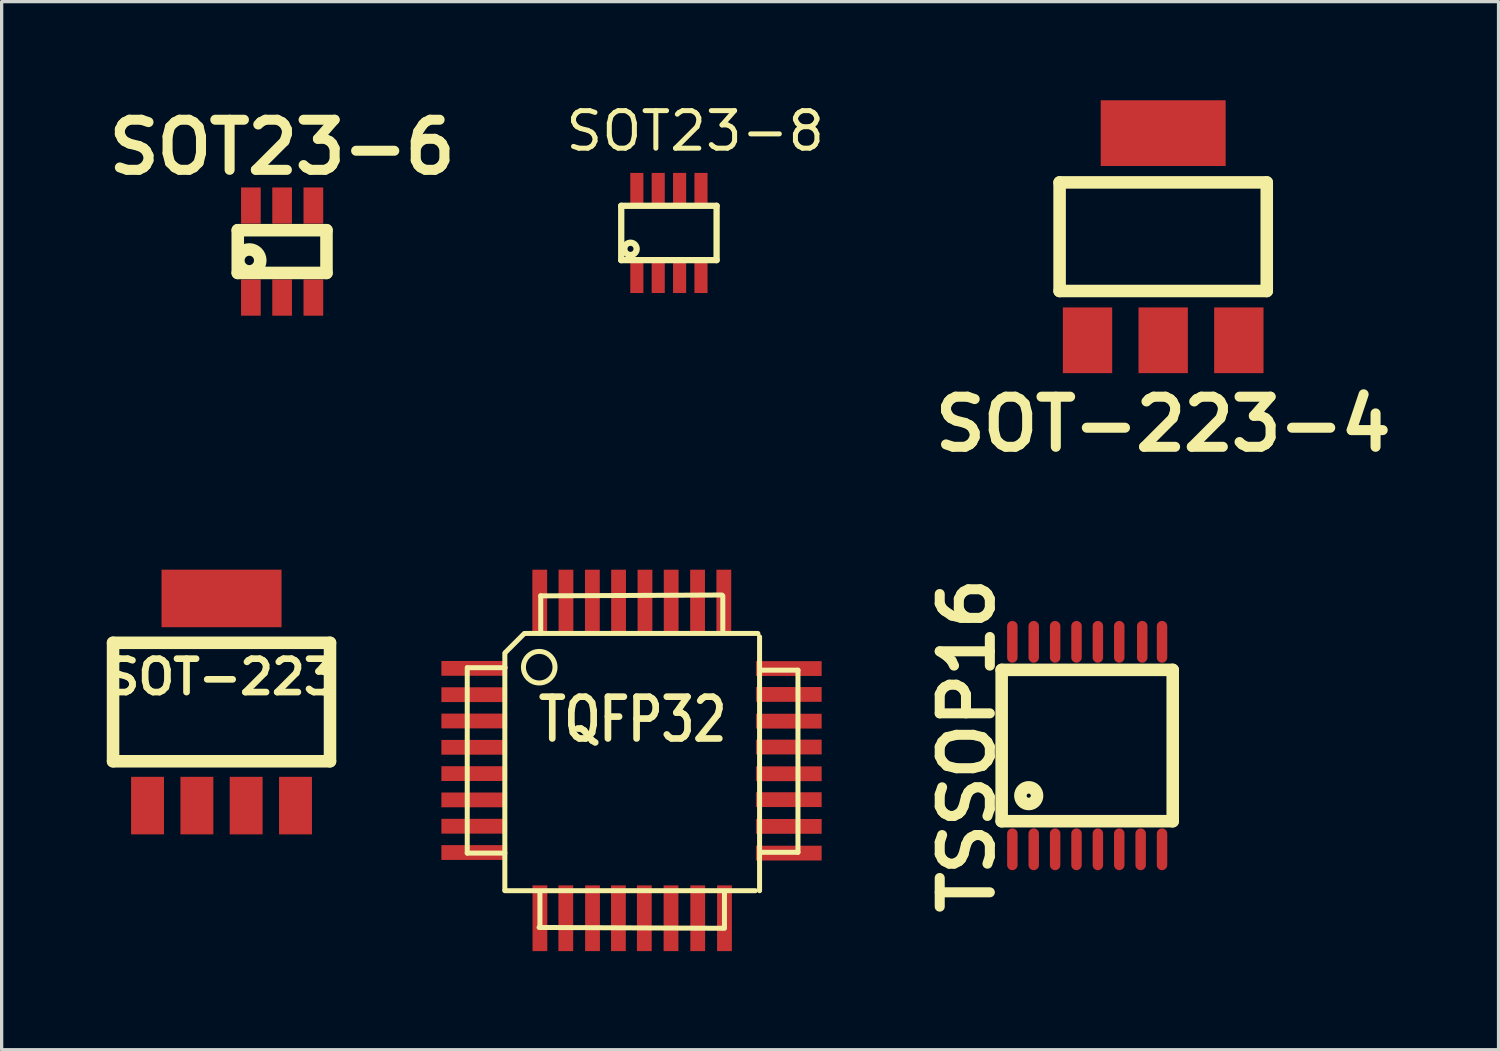
<source format=kicad_pcb>
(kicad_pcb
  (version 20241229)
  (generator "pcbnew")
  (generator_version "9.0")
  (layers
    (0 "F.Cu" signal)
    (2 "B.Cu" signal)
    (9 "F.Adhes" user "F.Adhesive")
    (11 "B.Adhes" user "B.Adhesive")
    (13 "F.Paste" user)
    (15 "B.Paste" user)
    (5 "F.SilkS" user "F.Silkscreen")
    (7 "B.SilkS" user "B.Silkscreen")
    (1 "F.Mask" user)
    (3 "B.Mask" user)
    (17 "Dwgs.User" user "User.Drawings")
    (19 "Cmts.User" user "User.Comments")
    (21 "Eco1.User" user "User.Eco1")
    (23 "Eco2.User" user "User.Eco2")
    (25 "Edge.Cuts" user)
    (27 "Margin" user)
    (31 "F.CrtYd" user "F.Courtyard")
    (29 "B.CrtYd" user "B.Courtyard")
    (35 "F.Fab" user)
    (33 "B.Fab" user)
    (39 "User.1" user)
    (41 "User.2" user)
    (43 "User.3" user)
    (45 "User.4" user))
  (footprint "SOT23-8"
    (layer "F.Cu")
    (at 17.293 4.035)
    (property "Reference" "SOT23-8" (at 0.8 -3.099 0) (layer "F.SilkS") (effects (font (size 1.143 1.143) (thickness 0.152))))
    (attr smd)
    (fp_line (start -1.45 -0.826) (end 1.45 -0.826) (stroke (width 0.191) (type solid)) (layer "F.SilkS"))
    (fp_line (start -1.45 0.826) (end -1.45 -0.826) (stroke (width 0.191) (type solid)) (layer "F.SilkS"))
    (fp_line (start 1.45 -0.826) (end 1.45 0.826) (stroke (width 0.191) (type solid)) (layer "F.SilkS"))
    (fp_line (start 1.45 0.826) (end -1.45 0.826) (stroke (width 0.191) (type solid)) (layer "F.SilkS"))
    (fp_circle (center -1.168 0.483) (end -1.092 0.432) (stroke (width 0.191) (type solid)) (fill no) (layer "F.SilkS"))
    (pad "1" smd rect (at -0.975 1.326) (size 0.399 1.001) (layers "F.Cu" "F.Mask" "F.Paste"))
    (pad "2" smd rect (at -0.325 1.326) (size 0.399 1.001) (layers "F.Cu" "F.Mask" "F.Paste"))
    (pad "3" smd rect (at 0.325 1.326) (size 0.399 1.001) (layers "F.Cu" "F.Mask" "F.Paste"))
    (pad "4" smd rect (at 0.975 1.326) (size 0.399 1.001) (layers "F.Cu" "F.Mask" "F.Paste"))
    (pad "5" smd rect (at 0.975 -1.326) (size 0.399 1.001) (layers "F.Cu" "F.Mask" "F.Paste"))
    (pad "6" smd rect (at 0.325 -1.326) (size 0.399 1.001) (layers "F.Cu" "F.Mask" "F.Paste"))
    (pad "7" smd rect (at -0.325 -1.326) (size 0.399 1.001) (layers "F.Cu" "F.Mask" "F.Paste"))
    (pad "8" smd rect (at -0.975 -1.326) (size 0.399 1.001) (layers "F.Cu" "F.Mask" "F.Paste")))
  (footprint "TQFP32"
    (layer "F.Cu")
    (at 16.189 20.101)
    (property "Reference" "TQFP32" (at 0 -1.27 0) (layer "F.SilkS") (effects (font (size 1.27 1.016) (thickness 0.203))))
    (attr through_hole)
    (fp_line (start -5.029 -2.845) (end -5.029 2.794) (stroke (width 0.152) (type solid)) (layer "F.SilkS"))
    (fp_line (start -5.029 2.794) (end -3.886 2.794) (stroke (width 0.152) (type solid)) (layer "F.SilkS"))
    (fp_line (start -5.024 -2.845) (end -3.876 -2.845) (stroke (width 0.152) (type solid)) (layer "F.SilkS"))
    (fp_line (start -3.886 -3.277) (end -3.886 3.912) (stroke (width 0.152) (type solid)) (layer "F.SilkS"))
    (fp_line (start -3.886 3.937) (end 3.734 3.937) (stroke (width 0.152) (type solid)) (layer "F.SilkS"))
    (fp_line (start -3.876 -3.302) (end -3.292 -3.886) (stroke (width 0.152) (type solid)) (layer "F.SilkS"))
    (fp_line (start -3.251 -3.886) (end 3.81 -3.886) (stroke (width 0.152) (type solid)) (layer "F.SilkS"))
    (fp_line (start -2.845 5.055) (end 2.794 5.08) (stroke (width 0.152) (type solid)) (layer "F.SilkS"))
    (fp_line (start -2.819 3.988) (end -2.819 5.055) (stroke (width 0.152) (type solid)) (layer "F.SilkS"))
    (fp_line (start -2.794 -5.029) (end 2.718 -5.055) (stroke (width 0.152) (type solid)) (layer "F.SilkS"))
    (fp_line (start -2.794 -3.886) (end -2.794 -5.034) (stroke (width 0.152) (type solid)) (layer "F.SilkS"))
    (fp_line (start 2.743 -5.029) (end 2.743 -3.988) (stroke (width 0.152) (type solid)) (layer "F.SilkS"))
    (fp_line (start 2.794 3.962) (end 2.794 5.055) (stroke (width 0.152) (type solid)) (layer "F.SilkS"))
    (fp_line (start 3.861 3.937) (end 3.861 -3.785) (stroke (width 0.152) (type solid)) (layer "F.SilkS"))
    (fp_line (start 5.029 -2.769) (end 3.912 -2.769) (stroke (width 0.152) (type solid)) (layer "F.SilkS"))
    (fp_line (start 5.029 2.769) (end 3.886 2.769) (stroke (width 0.152) (type solid)) (layer "F.SilkS"))
    (fp_line (start 5.029 2.769) (end 5.029 -2.769) (stroke (width 0.152) (type solid)) (layer "F.SilkS"))
    (fp_circle (center -2.84 -2.86) (end -2.433 -2.606) (stroke (width 0.152) (type solid)) (fill no) (layer "F.SilkS"))
    (pad "1" smd rect (at -4.816 -2.824) (size 1.999 0.45) (layers "F.Cu" "F.Mask" "F.Paste"))
    (pad "2" smd rect (at -4.816 -2.024) (size 1.999 0.45) (layers "F.Cu" "F.Mask" "F.Paste"))
    (pad "3" smd rect (at -4.816 -1.224) (size 1.999 0.45) (layers "F.Cu" "F.Mask" "F.Paste"))
    (pad "4" smd rect (at -4.816 -0.424) (size 1.999 0.45) (layers "F.Cu" "F.Mask" "F.Paste"))
    (pad "5" smd rect (at -4.816 0.376) (size 1.999 0.45) (layers "F.Cu" "F.Mask" "F.Paste"))
    (pad "6" smd rect (at -4.816 1.176) (size 1.999 0.45) (layers "F.Cu" "F.Mask" "F.Paste"))
    (pad "7" smd rect (at -4.816 1.976) (size 1.999 0.45) (layers "F.Cu" "F.Mask" "F.Paste"))
    (pad "8" smd rect (at -4.816 2.776) (size 1.999 0.45) (layers "F.Cu" "F.Mask" "F.Paste"))
    (pad "9" smd rect (at -2.819 4.775) (size 0.45 1.999) (layers "F.Cu" "F.Mask" "F.Paste"))
    (pad "10" smd rect (at -2.032 4.775) (size 0.45 1.999) (layers "F.Cu" "F.Mask" "F.Paste"))
    (pad "11" smd rect (at -1.219 4.775) (size 0.45 1.999) (layers "F.Cu" "F.Mask" "F.Paste"))
    (pad "12" smd rect (at -0.432 4.775) (size 0.45 1.999) (layers "F.Cu" "F.Mask" "F.Paste"))
    (pad "13" smd rect (at 0.356 4.775) (size 0.45 1.999) (layers "F.Cu" "F.Mask" "F.Paste"))
    (pad "14" smd rect (at 1.168 4.775) (size 0.45 1.999) (layers "F.Cu" "F.Mask" "F.Paste"))
    (pad "15" smd rect (at 1.981 4.775) (size 0.45 1.999) (layers "F.Cu" "F.Mask" "F.Paste"))
    (pad "16" smd rect (at 2.794 4.775) (size 0.45 1.999) (layers "F.Cu" "F.Mask" "F.Paste"))
    (pad "17" smd rect (at 4.75 2.794) (size 1.999 0.45) (layers "F.Cu" "F.Mask" "F.Paste"))
    (pad "18" smd rect (at 4.75 1.981) (size 1.999 0.45) (layers "F.Cu" "F.Mask" "F.Paste"))
    (pad "19" smd rect (at 4.75 1.168) (size 1.999 0.45) (layers "F.Cu" "F.Mask" "F.Paste"))
    (pad "20" smd rect (at 4.75 0.381) (size 1.999 0.45) (layers "F.Cu" "F.Mask" "F.Paste"))
    (pad "21" smd rect (at 4.75 -0.432) (size 1.999 0.45) (layers "F.Cu" "F.Mask" "F.Paste"))
    (pad "22" smd rect (at 4.75 -1.219) (size 1.999 0.45) (layers "F.Cu" "F.Mask" "F.Paste"))
    (pad "23" smd rect (at 4.75 -2.032) (size 1.999 0.45) (layers "F.Cu" "F.Mask" "F.Paste"))
    (pad "24" smd rect (at 4.75 -2.819) (size 1.999 0.45) (layers "F.Cu" "F.Mask" "F.Paste"))
    (pad "25" smd rect (at 2.774 -4.826) (size 0.45 1.999) (layers "F.Cu" "F.Mask" "F.Paste"))
    (pad "26" smd rect (at 1.976 -4.826) (size 0.45 1.999) (layers "F.Cu" "F.Mask" "F.Paste"))
    (pad "27" smd rect (at 1.173 -4.826) (size 0.45 1.999) (layers "F.Cu" "F.Mask" "F.Paste"))
    (pad "28" smd rect (at 0.376 -4.826) (size 0.45 1.999) (layers "F.Cu" "F.Mask" "F.Paste"))
    (pad "29" smd rect (at -0.427 -4.826) (size 0.45 1.999) (layers "F.Cu" "F.Mask" "F.Paste"))
    (pad "30" smd rect (at -1.224 -4.826) (size 0.45 1.999) (layers "F.Cu" "F.Mask" "F.Paste"))
    (pad "31" smd rect (at -2.027 -4.826) (size 0.45 1.999) (layers "F.Cu" "F.Mask" "F.Paste"))
    (pad "32" smd rect (at -2.824 -4.826) (size 0.45 1.999) (layers "F.Cu" "F.Mask" "F.Paste")))
  (footprint "TSSOP16"
    (layer "F.Cu")
    (at 30.014 19.624)
    (property "Reference" "TSSOP16" (at -3.65 0 90) (layer "F.SilkS") (effects (font (size 1.524 1.524) (thickness 0.305))))
    (attr through_hole)
    (fp_line (start -2.601 -2.301) (end 2.601 -2.301) (stroke (width 0.381) (type solid)) (layer "F.SilkS"))
    (fp_line (start -2.601 2.301) (end -2.601 -2.301) (stroke (width 0.381) (type solid)) (layer "F.SilkS"))
    (fp_line (start 2.601 -2.301) (end 2.601 2.301) (stroke (width 0.381) (type solid)) (layer "F.SilkS"))
    (fp_line (start 2.601 2.301) (end -2.601 2.301) (stroke (width 0.381) (type solid)) (layer "F.SilkS"))
    (fp_circle (center -1.778 1.524) (end -1.524 1.524) (stroke (width 0.381) (type solid)) (fill no) (layer "F.SilkS"))
    (pad "1" smd oval (at -2.276 3.155) (size 0.318 1.27) (layers "F.Cu" "F.Mask" "F.Paste"))
    (pad "2" smd oval (at -1.626 3.155) (size 0.318 1.27) (layers "F.Cu" "F.Mask" "F.Paste"))
    (pad "3" smd oval (at -0.975 3.155) (size 0.318 1.27) (layers "F.Cu" "F.Mask" "F.Paste"))
    (pad "4" smd oval (at -0.325 3.155) (size 0.318 1.27) (layers "F.Cu" "F.Mask" "F.Paste"))
    (pad "5" smd oval (at 0.325 3.155) (size 0.318 1.27) (layers "F.Cu" "F.Mask" "F.Paste"))
    (pad "6" smd oval (at 0.975 3.155) (size 0.318 1.27) (layers "F.Cu" "F.Mask" "F.Paste"))
    (pad "7" smd oval (at 1.626 3.155) (size 0.318 1.27) (layers "F.Cu" "F.Mask" "F.Paste"))
    (pad "8" smd oval (at 2.276 3.155) (size 0.318 1.27) (layers "F.Cu" "F.Mask" "F.Paste"))
    (pad "9" smd oval (at 2.276 -3.155) (size 0.318 1.27) (layers "F.Cu" "F.Mask" "F.Paste"))
    (pad "10" smd oval (at 1.674 -3.155) (size 0.318 1.27) (layers "F.Cu" "F.Mask" "F.Paste"))
    (pad "11" smd oval (at 0.975 -3.155) (size 0.318 1.27) (layers "F.Cu" "F.Mask" "F.Paste"))
    (pad "12" smd oval (at 0.325 -3.155) (size 0.318 1.27) (layers "F.Cu" "F.Mask" "F.Paste"))
    (pad "13" smd oval (at -0.325 -3.155) (size 0.318 1.27) (layers "F.Cu" "F.Mask" "F.Paste"))
    (pad "14" smd oval (at -0.975 -3.155) (size 0.318 1.27) (layers "F.Cu" "F.Mask" "F.Paste"))
    (pad "15" smd oval (at -1.626 -3.155) (size 0.318 1.27) (layers "F.Cu" "F.Mask" "F.Paste"))
    (pad "16" smd oval (at -2.276 -3.155) (size 0.318 1.27) (layers "F.Cu" "F.Mask" "F.Paste")))
  (footprint "SOT-223"
    (layer "F.Cu")
    (at 3.687 18.3)
    (property "Reference" "SOT-223" (at 0 -0.762 0) (layer "F.SilkS") (effects (font (size 1.016 1.016) (thickness 0.203))))
    (attr smd)
    (fp_line (start -3.299 -1.801) (end 3.299 -1.801) (stroke (width 0.381) (type solid)) (layer "F.SilkS"))
    (fp_line (start -3.299 1.801) (end -3.299 -1.801) (stroke (width 0.381) (type solid)) (layer "F.SilkS"))
    (fp_line (start 3.299 -1.801) (end 3.299 1.801) (stroke (width 0.381) (type solid)) (layer "F.SilkS"))
    (fp_line (start 3.299 1.801) (end -3.299 1.801) (stroke (width 0.381) (type solid)) (layer "F.SilkS"))
    (pad "1" smd rect (at -2.25 3.15) (size 1.001 1.75) (layers "F.Cu" "F.Mask" "F.Paste"))
    (pad "2" smd rect (at -0.749 3.15) (size 1.001 1.75) (layers "F.Cu" "F.Mask" "F.Paste"))
    (pad "3" smd rect (at 0.749 3.15) (size 1.001 1.75) (layers "F.Cu" "F.Mask" "F.Paste"))
    (pad "4" smd rect (at 2.25 3.15) (size 1.001 1.75) (layers "F.Cu" "F.Mask" "F.Paste"))
    (pad "5" smd rect (at 0 -3.15) (size 3.65 1.75) (layers "F.Cu" "F.Mask" "F.Paste")))
  (footprint "SOT-223-4"
    (layer "F.Cu")
    (at 32.325 4.149)
    (property "Reference" "SOT-223-4" (at 0 5.7 0) (layer "F.SilkS") (effects (font (size 1.524 1.524) (thickness 0.305))))
    (attr through_hole)
    (fp_line (start -3.15 -1.651) (end 3.15 -1.651) (stroke (width 0.381) (type solid)) (layer "F.SilkS"))
    (fp_line (start -3.15 1.651) (end -3.15 -1.651) (stroke (width 0.381) (type solid)) (layer "F.SilkS"))
    (fp_line (start 3.15 -1.651) (end 3.15 1.651) (stroke (width 0.381) (type solid)) (layer "F.SilkS"))
    (fp_line (start 3.15 1.651) (end -3.15 1.651) (stroke (width 0.381) (type solid)) (layer "F.SilkS"))
    (pad "1" smd rect (at -2.301 3.15) (size 1.501 1.999) (layers "F.Cu" "F.Mask" "F.Paste"))
    (pad "2" smd rect (at 0 3.15) (size 1.501 1.999) (layers "F.Cu" "F.Mask" "F.Paste"))
    (pad "3" smd rect (at 2.301 3.15) (size 1.501 1.999) (layers "F.Cu" "F.Mask" "F.Paste"))
    (pad "4" smd rect (at 0 -3.15) (size 3.8 1.999) (layers "F.Cu" "F.Mask" "F.Paste")))
  (footprint "SOT23-6"
    (layer "F.Cu")
    (at 5.53 4.601)
    (property "Reference" "SOT23-6" (at 0 -3.175 0) (layer "F.SilkS") (effects (font (size 1.524 1.524) (thickness 0.305))))
    (attr through_hole)
    (fp_line (start -1.349 -0.65) (end 1.349 -0.65) (stroke (width 0.381) (type solid)) (layer "F.SilkS"))
    (fp_line (start -1.349 0.65) (end -1.349 -0.65) (stroke (width 0.381) (type solid)) (layer "F.SilkS"))
    (fp_line (start 1.349 -0.65) (end 1.349 0.65) (stroke (width 0.381) (type solid)) (layer "F.SilkS"))
    (fp_line (start 1.349 0.65) (end -1.349 0.65) (stroke (width 0.381) (type solid)) (layer "F.SilkS"))
    (fp_circle (center -0.998 0.269) (end -0.886 0.358) (stroke (width 0.381) (type solid)) (fill no) (layer "F.SilkS"))
    (pad "1" smd rect (at -0.95 1.4) (size 0.599 1.1) (layers "F.Cu" "F.Mask" "F.Paste"))
    (pad "2" smd rect (at 0 1.4) (size 0.599 1.1) (layers "F.Cu" "F.Mask" "F.Paste"))
    (pad "3" smd rect (at 0.95 1.4) (size 0.599 1.1) (layers "F.Cu" "F.Mask" "F.Paste"))
    (pad "4" smd rect (at 0.95 -1.4) (size 0.599 1.1) (layers "F.Cu" "F.Mask" "F.Paste"))
    (pad "5" smd rect (at 0 -1.4) (size 0.599 1.1) (layers "F.Cu" "F.Mask" "F.Paste"))
    (pad "6" smd rect (at -0.95 -1.4) (size 0.599 1.1) (layers "F.Cu" "F.Mask" "F.Paste")))
  (gr_rect
    (start -3 -3)
    (end 42.524 28.875)
    (stroke (width 0.1) (type default))
    (fill no)
    (layer "Edge.Cuts")))
</source>
